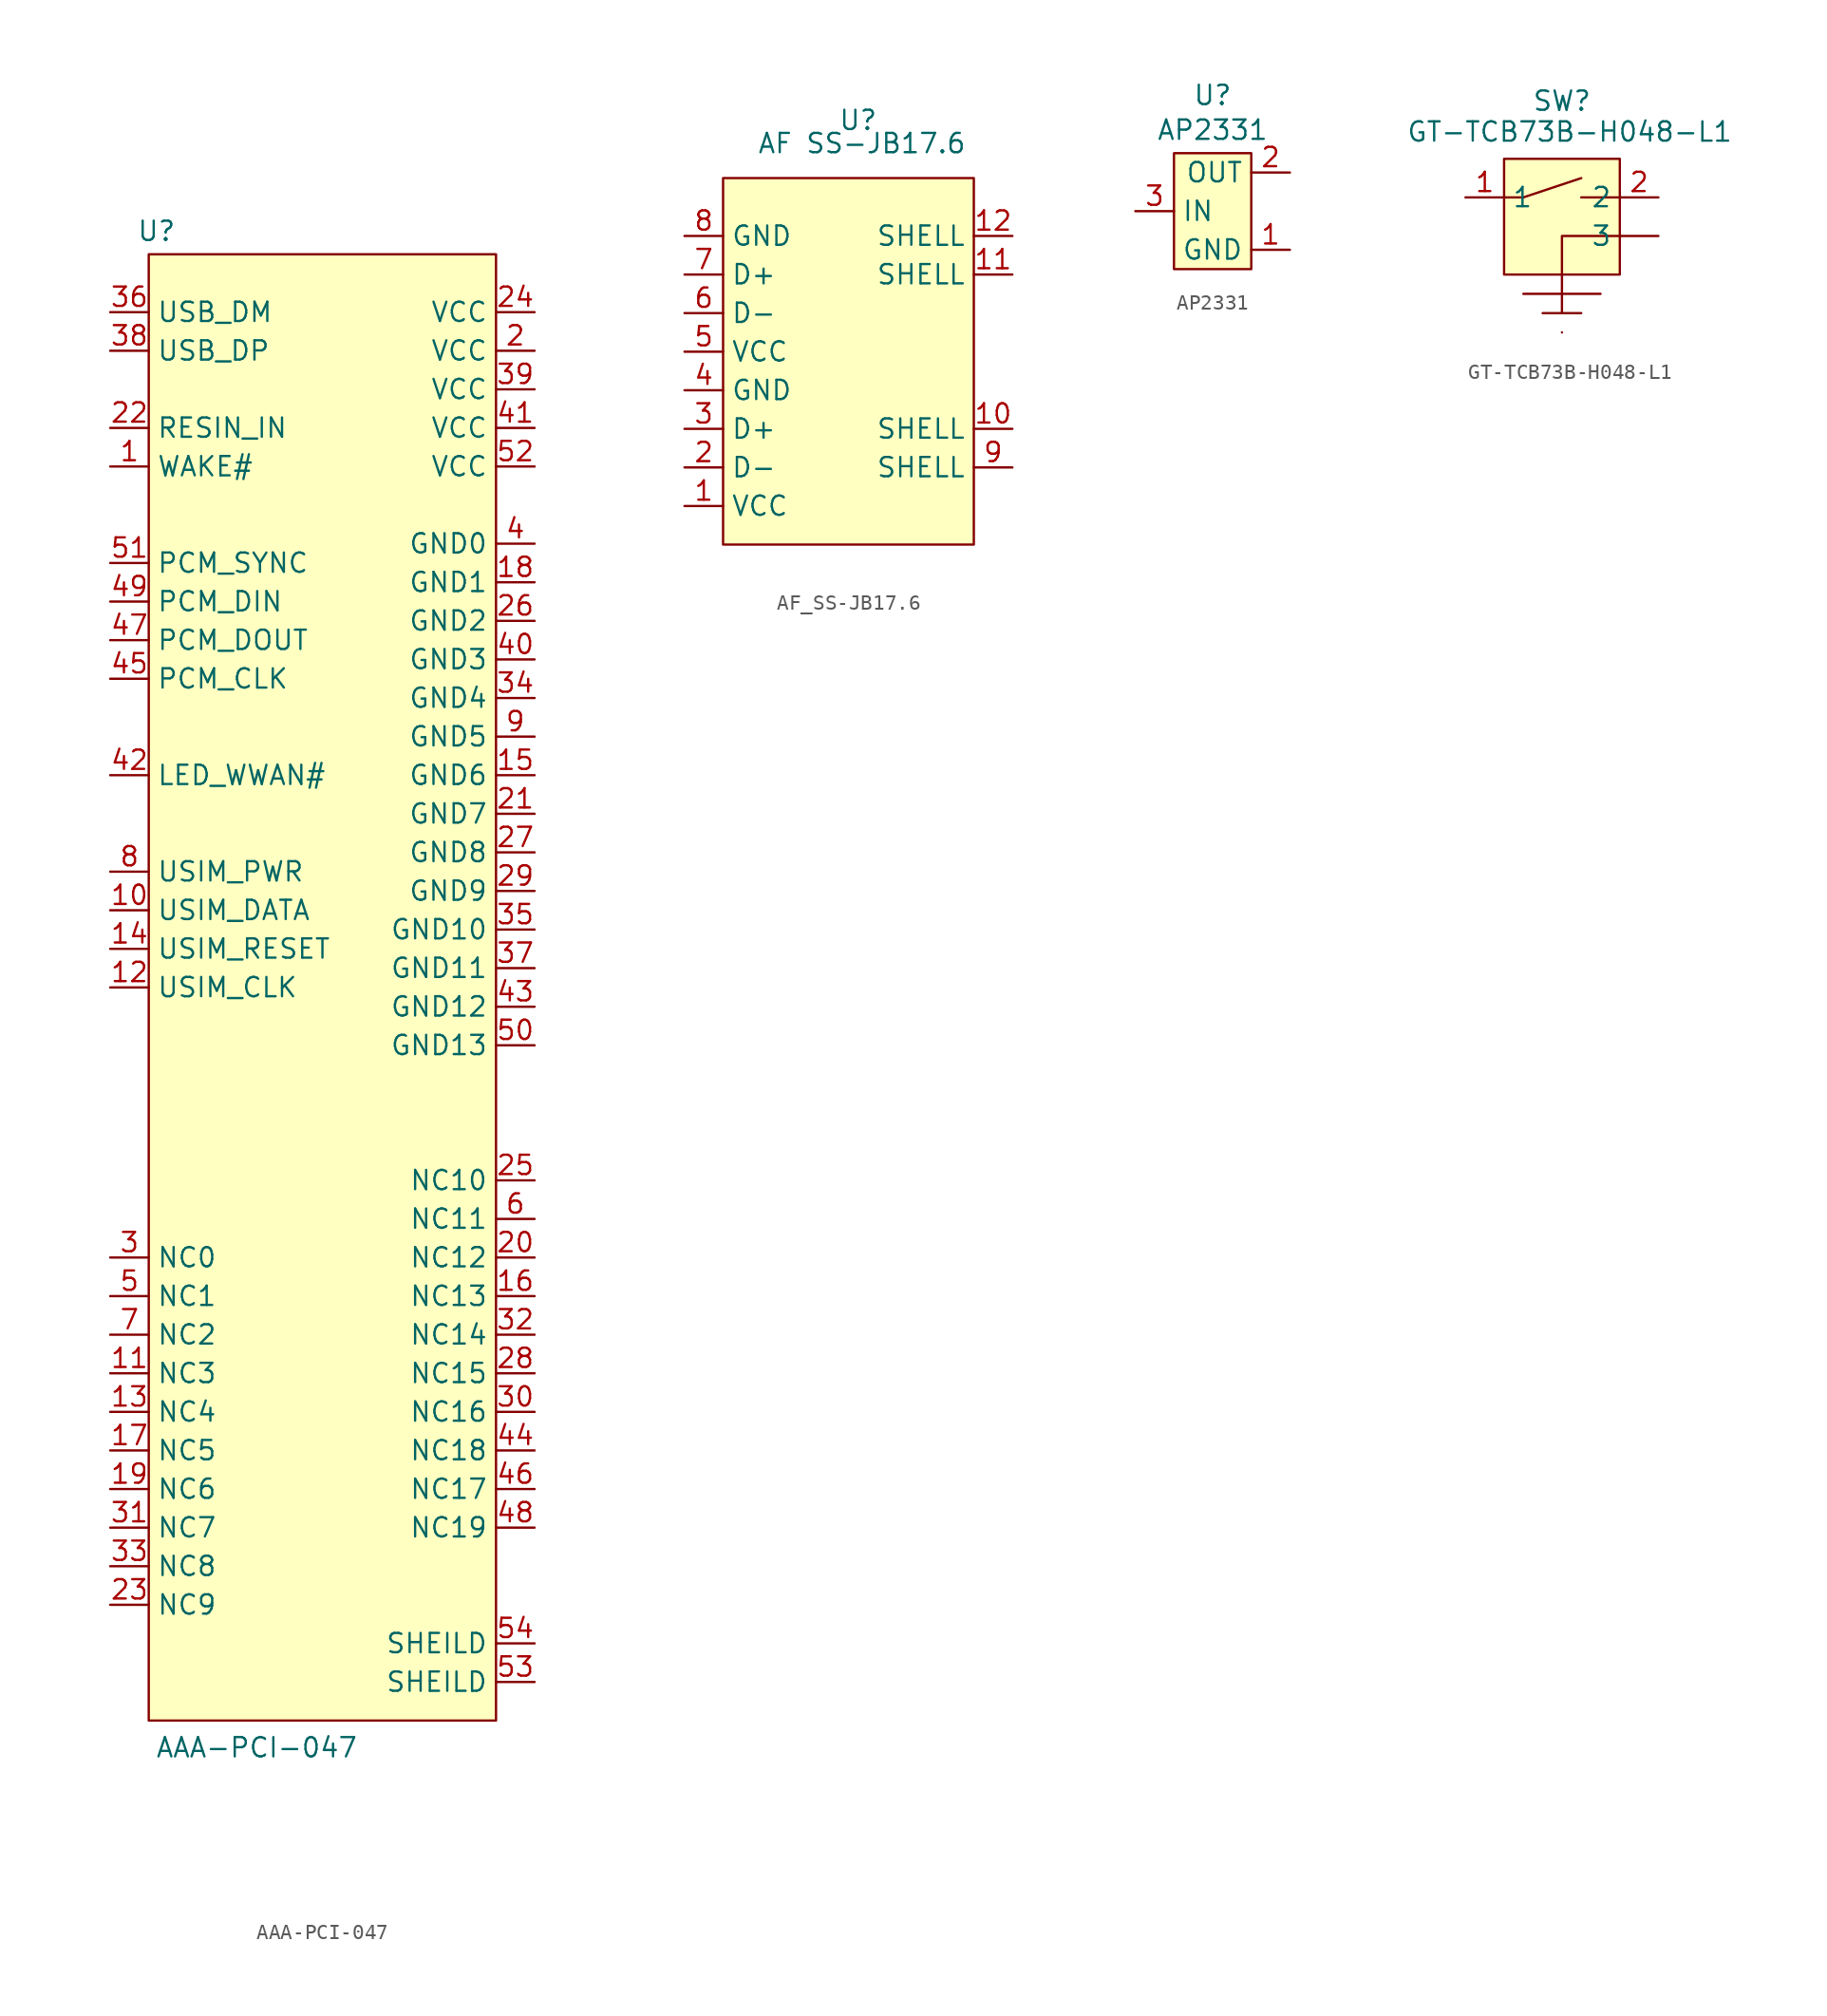
<source format=kicad_sym>
(kicad_symbol_lib
  (version 20241209)
  (generator "kicad_symbol_editor")
  (generator_version "9.0")
  (symbol "AAA-PCI-047"
    (property "Reference" "U"
      (at -13.462 1.524 0)
      (effects (font (size 1.27 1.27))))
    (property "Value" "AAA-PCI-047"
      (at -6.858 -98.298 0)
      (effects (font (size 1.27 1.27))))
    (symbol "AAA-PCI-047_1_1"
      (rectangle (start -13.97 0) (end 8.89 -96.52) (stroke (width 0) (type solid)) (fill (type background)))
      (pin input line (at -16.51 -3.81 0) (length 2.54) (name "USB_DM" (effects (font (size 1.27 1.27)))) (number "36" (effects (font (size 1.27 1.27)))))
      (pin input line (at -16.51 -6.35 0) (length 2.54) (name "USB_DP" (effects (font (size 1.27 1.27)))) (number "38" (effects (font (size 1.27 1.27)))))
      (pin input line (at -16.51 -11.43 0) (length 2.54) (name "RESIN_IN" (effects (font (size 1.27 1.27)))) (number "22" (effects (font (size 1.27 1.27)))))
      (pin input line (at -16.51 -13.97 0) (length 2.54) (name "WAKE#" (effects (font (size 1.27 1.27)))) (number "1" (effects (font (size 1.27 1.27)))))
      (pin input line (at -16.51 -20.32 0) (length 2.54) (name "PCM_SYNC" (effects (font (size 1.27 1.27)))) (number "51" (effects (font (size 1.27 1.27)))))
      (pin input line (at -16.51 -22.86 0) (length 2.54) (name "PCM_DIN" (effects (font (size 1.27 1.27)))) (number "49" (effects (font (size 1.27 1.27)))))
      (pin input line (at -16.51 -25.4 0) (length 2.54) (name "PCM_DOUT" (effects (font (size 1.27 1.27)))) (number "47" (effects (font (size 1.27 1.27)))))
      (pin input line (at -16.51 -27.94 0) (length 2.54) (name "PCM_CLK" (effects (font (size 1.27 1.27)))) (number "45" (effects (font (size 1.27 1.27)))))
      (pin input line (at -16.51 -34.29 0) (length 2.54) (name "LED_WWAN#" (effects (font (size 1.27 1.27)))) (number "42" (effects (font (size 1.27 1.27)))))
      (pin input line (at -16.51 -40.64 0) (length 2.54) (name "USIM_PWR" (effects (font (size 1.27 1.27)))) (number "8" (effects (font (size 1.27 1.27)))))
      (pin input line (at -16.51 -43.18 0) (length 2.54) (name "USIM_DATA" (effects (font (size 1.27 1.27)))) (number "10" (effects (font (size 1.27 1.27)))))
      (pin input line (at -16.51 -45.72 0) (length 2.54) (name "USIM_RESET" (effects (font (size 1.27 1.27)))) (number "14" (effects (font (size 1.27 1.27)))))
      (pin input line (at -16.51 -48.26 0) (length 2.54) (name "USIM_CLK" (effects (font (size 1.27 1.27)))) (number "12" (effects (font (size 1.27 1.27)))))
      (pin input line (at -16.51 -66.04 0) (length 2.54) (name "NC0" (effects (font (size 1.27 1.27)))) (number "3" (effects (font (size 1.27 1.27)))))
      (pin input line (at -16.51 -68.58 0) (length 2.54) (name "NC1" (effects (font (size 1.27 1.27)))) (number "5" (effects (font (size 1.27 1.27)))))
      (pin input line (at -16.51 -71.12 0) (length 2.54) (name "NC2" (effects (font (size 1.27 1.27)))) (number "7" (effects (font (size 1.27 1.27)))))
      (pin input line (at -16.51 -73.66 0) (length 2.54) (name "NC3" (effects (font (size 1.27 1.27)))) (number "11" (effects (font (size 1.27 1.27)))))
      (pin input line (at -16.51 -76.2 0) (length 2.54) (name "NC4" (effects (font (size 1.27 1.27)))) (number "13" (effects (font (size 1.27 1.27)))))
      (pin input line (at -16.51 -78.74 0) (length 2.54) (name "NC5" (effects (font (size 1.27 1.27)))) (number "17" (effects (font (size 1.27 1.27)))))
      (pin input line (at -16.51 -81.28 0) (length 2.54) (name "NC6" (effects (font (size 1.27 1.27)))) (number "19" (effects (font (size 1.27 1.27)))))
      (pin input line (at -16.51 -83.82 0) (length 2.54) (name "NC7" (effects (font (size 1.27 1.27)))) (number "31" (effects (font (size 1.27 1.27)))))
      (pin input line (at -16.51 -86.36 0) (length 2.54) (name "NC8" (effects (font (size 1.27 1.27)))) (number "33" (effects (font (size 1.27 1.27)))))
      (pin input line (at -16.51 -88.9 0) (length 2.54) (name "NC9" (effects (font (size 1.27 1.27)))) (number "23" (effects (font (size 1.27 1.27)))))
      (pin input line (at 11.43 -3.81 180) (length 2.54) (name "VCC" (effects (font (size 1.27 1.27)))) (number "24" (effects (font (size 1.27 1.27)))))
      (pin input line (at 11.43 -6.35 180) (length 2.54) (name "VCC" (effects (font (size 1.27 1.27)))) (number "2" (effects (font (size 1.27 1.27)))))
      (pin input line (at 11.43 -8.89 180) (length 2.54) (name "VCC" (effects (font (size 1.27 1.27)))) (number "39" (effects (font (size 1.27 1.27)))))
      (pin input line (at 11.43 -11.43 180) (length 2.54) (name "VCC" (effects (font (size 1.27 1.27)))) (number "41" (effects (font (size 1.27 1.27)))))
      (pin input line (at 11.43 -13.97 180) (length 2.54) (name "VCC" (effects (font (size 1.27 1.27)))) (number "52" (effects (font (size 1.27 1.27)))))
      (pin input line (at 11.43 -19.05 180) (length 2.54) (name "GND0" (effects (font (size 1.27 1.27)))) (number "4" (effects (font (size 1.27 1.27)))))
      (pin input line (at 11.43 -21.59 180) (length 2.54) (name "GND1" (effects (font (size 1.27 1.27)))) (number "18" (effects (font (size 1.27 1.27)))))
      (pin input line (at 11.43 -24.13 180) (length 2.54) (name "GND2" (effects (font (size 1.27 1.27)))) (number "26" (effects (font (size 1.27 1.27)))))
      (pin input line (at 11.43 -26.67 180) (length 2.54) (name "GND3" (effects (font (size 1.27 1.27)))) (number "40" (effects (font (size 1.27 1.27)))))
      (pin input line (at 11.43 -29.21 180) (length 2.54) (name "GND4" (effects (font (size 1.27 1.27)))) (number "34" (effects (font (size 1.27 1.27)))))
      (pin input line (at 11.43 -31.75 180) (length 2.54) (name "GND5" (effects (font (size 1.27 1.27)))) (number "9" (effects (font (size 1.27 1.27)))))
      (pin input line (at 11.43 -34.29 180) (length 2.54) (name "GND6" (effects (font (size 1.27 1.27)))) (number "15" (effects (font (size 1.27 1.27)))))
      (pin input line (at 11.43 -36.83 180) (length 2.54) (name "GND7" (effects (font (size 1.27 1.27)))) (number "21" (effects (font (size 1.27 1.27)))))
      (pin input line (at 11.43 -39.37 180) (length 2.54) (name "GND8" (effects (font (size 1.27 1.27)))) (number "27" (effects (font (size 1.27 1.27)))))
      (pin input line (at 11.43 -41.91 180) (length 2.54) (name "GND9" (effects (font (size 1.27 1.27)))) (number "29" (effects (font (size 1.27 1.27)))))
      (pin input line (at 11.43 -44.45 180) (length 2.54) (name "GND10" (effects (font (size 1.27 1.27)))) (number "35" (effects (font (size 1.27 1.27)))))
      (pin input line (at 11.43 -46.99 180) (length 2.54) (name "GND11" (effects (font (size 1.27 1.27)))) (number "37" (effects (font (size 1.27 1.27)))))
      (pin input line (at 11.43 -49.53 180) (length 2.54) (name "GND12" (effects (font (size 1.27 1.27)))) (number "43" (effects (font (size 1.27 1.27)))))
      (pin input line (at 11.43 -52.07 180) (length 2.54) (name "GND13" (effects (font (size 1.27 1.27)))) (number "50" (effects (font (size 1.27 1.27)))))
      (pin input line (at 11.43 -60.96 180) (length 2.54) (name "NC10" (effects (font (size 1.27 1.27)))) (number "25" (effects (font (size 1.27 1.27)))))
      (pin input line (at 11.43 -63.5 180) (length 2.54) (name "NC11" (effects (font (size 1.27 1.27)))) (number "6" (effects (font (size 1.27 1.27)))))
      (pin input line (at 11.43 -66.04 180) (length 2.54) (name "NC12" (effects (font (size 1.27 1.27)))) (number "20" (effects (font (size 1.27 1.27)))))
      (pin input line (at 11.43 -68.58 180) (length 2.54) (name "NC13" (effects (font (size 1.27 1.27)))) (number "16" (effects (font (size 1.27 1.27)))))
      (pin input line (at 11.43 -71.12 180) (length 2.54) (name "NC14" (effects (font (size 1.27 1.27)))) (number "32" (effects (font (size 1.27 1.27)))))
      (pin input line (at 11.43 -73.66 180) (length 2.54) (name "NC15" (effects (font (size 1.27 1.27)))) (number "28" (effects (font (size 1.27 1.27)))))
      (pin input line (at 11.43 -76.2 180) (length 2.54) (name "NC16" (effects (font (size 1.27 1.27)))) (number "30" (effects (font (size 1.27 1.27)))))
      (pin input line (at 11.43 -78.74 180) (length 2.54) (name "NC18" (effects (font (size 1.27 1.27)))) (number "44" (effects (font (size 1.27 1.27)))))
      (pin input line (at 11.43 -81.28 180) (length 2.54) (name "NC17" (effects (font (size 1.27 1.27)))) (number "46" (effects (font (size 1.27 1.27)))))
      (pin input line (at 11.43 -83.82 180) (length 2.54) (name "NC19" (effects (font (size 1.27 1.27)))) (number "48" (effects (font (size 1.27 1.27)))))
      (pin input line (at 11.43 -91.44 180) (length 2.54) (name "SHEILD" (effects (font (size 1.27 1.27)))) (number "54" (effects (font (size 1.27 1.27)))))
      (pin input line (at 11.43 -93.98 180) (length 2.54) (name "SHEILD" (effects (font (size 1.27 1.27)))) (number "53" (effects (font (size 1.27 1.27)))))))
  (symbol "AF_SS-JB17.6"
    (property "Reference" "U"
      (at 0 0 0)
      (effects (font (size 1.27 1.27))))
    (property "Value" "AF SS-JB17.6"
      (at 0.254 -1.524 0)
      (effects (font (size 1.27 1.27))))
    (symbol "AF_SS-JB17.6_1_0"
      (pin bidirectional line (at -11.43 -7.62 0) (length 2.54) (name "GND" (effects (font (size 1.27 1.27)))) (number "8" (effects (font (size 1.27 1.27)))))
      (pin bidirectional line (at -11.43 -10.16 0) (length 2.54) (name "D+" (effects (font (size 1.27 1.27)))) (number "7" (effects (font (size 1.27 1.27)))))
      (pin bidirectional line (at -11.43 -12.7 0) (length 2.54) (name "D-" (effects (font (size 1.27 1.27)))) (number "6" (effects (font (size 1.27 1.27)))))
      (pin bidirectional line (at -11.43 -15.24 0) (length 2.54) (name "VCC" (effects (font (size 1.27 1.27)))) (number "5" (effects (font (size 1.27 1.27)))))
      (pin bidirectional line (at -11.43 -17.78 0) (length 2.54) (name "GND" (effects (font (size 1.27 1.27)))) (number "4" (effects (font (size 1.27 1.27)))))
      (pin bidirectional line (at -11.43 -20.32 0) (length 2.54) (name "D+" (effects (font (size 1.27 1.27)))) (number "3" (effects (font (size 1.27 1.27)))))
      (pin bidirectional line (at -11.43 -22.86 0) (length 2.54) (name "D-" (effects (font (size 1.27 1.27)))) (number "2" (effects (font (size 1.27 1.27)))))
      (pin bidirectional line (at 10.16 -7.62 180) (length 2.54) (name "SHELL" (effects (font (size 1.27 1.27)))) (number "12" (effects (font (size 1.27 1.27)))))
      (pin bidirectional line (at 10.16 -10.16 180) (length 2.54) (name "SHELL" (effects (font (size 1.27 1.27)))) (number "11" (effects (font (size 1.27 1.27)))))
      (pin bidirectional line (at 10.16 -20.32 180) (length 2.54) (name "SHELL" (effects (font (size 1.27 1.27)))) (number "10" (effects (font (size 1.27 1.27)))))
      (pin bidirectional line (at 10.16 -22.86 180) (length 2.54) (name "SHELL" (effects (font (size 1.27 1.27)))) (number "9" (effects (font (size 1.27 1.27))))))
    (symbol "AF_SS-JB17.6_1_1"
      (rectangle (start -8.89 -3.81) (end 7.62 -27.94) (stroke (width 0) (type solid)) (fill (type background)))
      (pin bidirectional line (at -11.43 -25.4 0) (length 2.54) (name "VCC" (effects (font (size 1.27 1.27)))) (number "1" (effects (font (size 1.27 1.27)))))))
  (symbol "AP2331"
    (property "Reference" "U"
      (at 0 0 0)
      (effects (font (size 1.27 1.27))))
    (property "Value" "AP2331"
      (at 0 -2.286 0)
      (effects (font (size 1.27 1.27))))
    (symbol "AP2331_1_1"
      (rectangle (start -2.54 -3.81) (end 2.54 -11.43) (stroke (width 0) (type solid)) (fill (type background)))
      (pin input line (at -5.08 -7.62 0) (length 2.54) (name "IN" (effects (font (size 1.27 1.27)))) (number "3" (effects (font (size 1.27 1.27)))))
      (pin input line (at 5.08 -5.08 180) (length 2.54) (name "OUT" (effects (font (size 1.27 1.27)))) (number "2" (effects (font (size 1.27 1.27)))))
      (pin input line (at 5.08 -10.16 180) (length 2.54) (name "GND" (effects (font (size 1.27 1.27)))) (number "1" (effects (font (size 1.27 1.27)))))))
  (symbol "GT-TCB73B-H048-L1"
    (property "Reference" "SW"
      (at 0 0 0)
      (effects (font (size 1.27 1.27))))
    (property "Value" "GT-TCB73B-H048-L1"
      (at 0.508 -2.032 0)
      (effects (font (size 1.27 1.27))))
    (symbol "GT-TCB73B-H048-L1_0_1"
      (polyline (pts (xy -3.81 -6.35) (xy -2.54 -6.35) (xy 1.27 -5.08)) (stroke (width 0) (type default)) (fill (type none)))
      (polyline (pts (xy -2.54 -12.7) (xy 2.54 -12.7)) (stroke (width 0) (type default)) (fill (type none)))
      (polyline (pts (xy -1.27 -13.97) (xy 1.27 -13.97)) (stroke (width 0) (type default)) (fill (type none)))
      (polyline (pts (xy 0 -13.97) (xy 0 -11.43)) (stroke (width 0) (type default)) (fill (type none)))
      (polyline (pts (xy 0 -15.24) (xy 0 -15.24)) (stroke (width 0) (type default)) (fill (type none)))
      (polyline (pts (xy 3.81 -6.35) (xy 1.27 -6.35)) (stroke (width 0) (type default)) (fill (type none)))
      (polyline (pts (xy 3.81 -8.89) (xy 0 -8.89) (xy 0 -11.43)) (stroke (width 0) (type default)) (fill (type none))))
    (symbol "GT-TCB73B-H048-L1_1_1"
      (rectangle (start -3.81 -3.81) (end 3.81 -11.43) (stroke (width 0) (type solid)) (fill (type background)))
      (pin input line (at -6.35 -6.35 0) (length 2.54) (name "1" (effects (font (size 1.27 1.27)))) (number "1" (effects (font (size 1.27 1.27)))))
      (pin input line (at 6.35 -6.35 180) (length 2.54) (name "2" (effects (font (size 1.27 1.27)))) (number "2" (effects (font (size 1.27 1.27)))))
      (pin input line (at 6.35 -8.89 180) (length 2.54) (name "3" (effects (font (size 1.27 1.27)))) (number "" (effects (font (size 1.27 1.27))))))))
</source>
